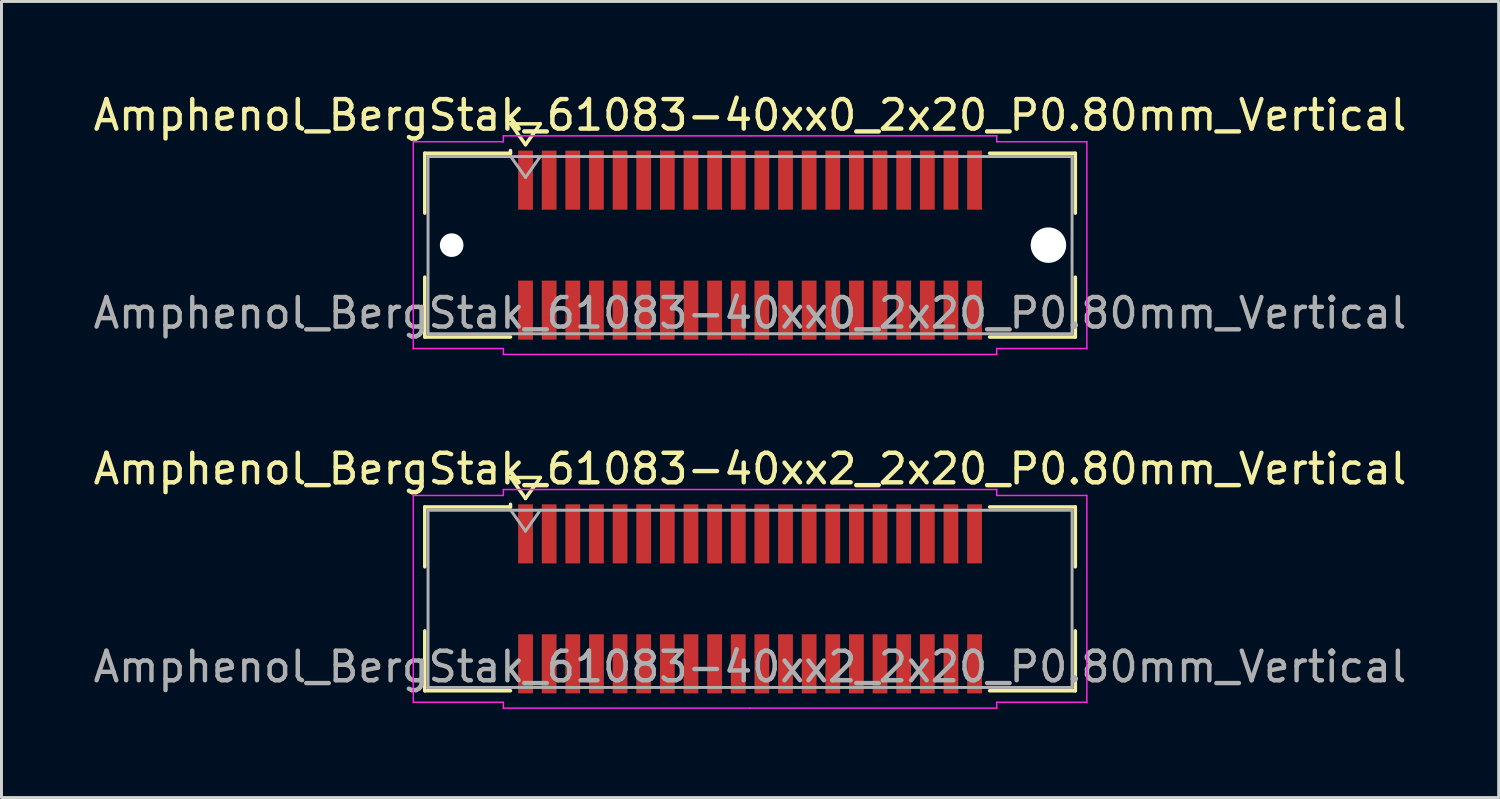
<source format=kicad_pcb>
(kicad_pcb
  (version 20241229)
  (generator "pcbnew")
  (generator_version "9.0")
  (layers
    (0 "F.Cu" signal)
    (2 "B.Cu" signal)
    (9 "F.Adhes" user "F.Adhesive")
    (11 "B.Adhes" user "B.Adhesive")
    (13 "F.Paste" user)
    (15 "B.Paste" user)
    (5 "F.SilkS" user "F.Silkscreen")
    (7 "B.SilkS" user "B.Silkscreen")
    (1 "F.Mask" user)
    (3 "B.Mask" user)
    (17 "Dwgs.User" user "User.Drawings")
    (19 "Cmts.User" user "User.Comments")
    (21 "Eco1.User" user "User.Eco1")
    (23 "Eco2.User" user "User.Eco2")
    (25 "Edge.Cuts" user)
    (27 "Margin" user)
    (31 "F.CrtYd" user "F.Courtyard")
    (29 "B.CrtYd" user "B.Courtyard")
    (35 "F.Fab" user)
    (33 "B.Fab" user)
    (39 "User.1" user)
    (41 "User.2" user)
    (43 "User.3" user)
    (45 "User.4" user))
  (footprint "Amphenol_BergStak_61083-40xx0_2x20_P0.80mm_Vertical"
    (layer "F.Cu")
    (at 22.339 5.248)
    (property "Reference" "Amphenol_BergStak_61083-40xx0_2x20_P0.80mm_Vertical" (at 0 -4.4 0) (layer "F.SilkS") (effects (font (size 1 1) (thickness 0.15))))
    (attr smd)
    (fp_line (start -11.01 -3.11) (end -8.11 -3.11) (stroke (width 0.12) (type solid)) (layer "F.SilkS"))
    (fp_line (start -11.01 -1.085) (end -11.01 -3.11) (stroke (width 0.12) (type solid)) (layer "F.SilkS"))
    (fp_line (start -11.01 1.085) (end -11.01 3.11) (stroke (width 0.12) (type solid)) (layer "F.SilkS"))
    (fp_line (start -11.01 3.11) (end -8.11 3.11) (stroke (width 0.12) (type solid)) (layer "F.SilkS"))
    (fp_line (start -8.11 -3.11) (end -8.11 -3.2) (stroke (width 0.12) (type solid)) (layer "F.SilkS"))
    (fp_line (start -8.1 -4.107) (end -7.6 -3.4) (stroke (width 0.12) (type solid)) (layer "F.SilkS"))
    (fp_line (start -7.6 -3.4) (end -7.1 -4.107) (stroke (width 0.12) (type solid)) (layer "F.SilkS"))
    (fp_line (start -7.1 -4.107) (end -8.1 -4.107) (stroke (width 0.12) (type solid)) (layer "F.SilkS"))
    (fp_line (start 11.01 -3.11) (end 8.11 -3.11) (stroke (width 0.12) (type solid)) (layer "F.SilkS"))
    (fp_line (start 11.01 -1.085) (end 11.01 -3.11) (stroke (width 0.12) (type solid)) (layer "F.SilkS"))
    (fp_line (start 11.01 1.085) (end 11.01 3.11) (stroke (width 0.12) (type solid)) (layer "F.SilkS"))
    (fp_line (start 11.01 3.11) (end 8.11 3.11) (stroke (width 0.12) (type solid)) (layer "F.SilkS"))
    (fp_line (start -11.4 -3.5) (end -11.4 3.5) (stroke (width 0.05) (type solid)) (layer "F.CrtYd"))
    (fp_line (start -11.4 3.5) (end -8.35 3.5) (stroke (width 0.05) (type solid)) (layer "F.CrtYd"))
    (fp_line (start -8.35 -3.7) (end -8.35 -3.5) (stroke (width 0.05) (type solid)) (layer "F.CrtYd"))
    (fp_line (start -8.35 -3.5) (end -11.4 -3.5) (stroke (width 0.05) (type solid)) (layer "F.CrtYd"))
    (fp_line (start -8.35 3.5) (end -8.35 3.7) (stroke (width 0.05) (type solid)) (layer "F.CrtYd"))
    (fp_line (start -8.35 3.7) (end 0 3.7) (stroke (width 0.05) (type solid)) (layer "F.CrtYd"))
    (fp_line (start 0 -3.7) (end -8.35 -3.7) (stroke (width 0.05) (type solid)) (layer "F.CrtYd"))
    (fp_line (start 0 -3.7) (end 8.35 -3.7) (stroke (width 0.05) (type solid)) (layer "F.CrtYd"))
    (fp_line (start 8.35 -3.7) (end 8.35 -3.5) (stroke (width 0.05) (type solid)) (layer "F.CrtYd"))
    (fp_line (start 8.35 -3.5) (end 11.4 -3.5) (stroke (width 0.05) (type solid)) (layer "F.CrtYd"))
    (fp_line (start 8.35 3.5) (end 8.35 3.7) (stroke (width 0.05) (type solid)) (layer "F.CrtYd"))
    (fp_line (start 8.35 3.7) (end 0 3.7) (stroke (width 0.05) (type solid)) (layer "F.CrtYd"))
    (fp_line (start 11.4 -3.5) (end 11.4 3.5) (stroke (width 0.05) (type solid)) (layer "F.CrtYd"))
    (fp_line (start 11.4 3.5) (end 8.35 3.5) (stroke (width 0.05) (type solid)) (layer "F.CrtYd"))
    (fp_line (start -10.9 -3) (end -10.9 3) (stroke (width 0.1) (type solid)) (layer "F.Fab"))
    (fp_line (start -10.9 3) (end 10.9 3) (stroke (width 0.1) (type solid)) (layer "F.Fab"))
    (fp_line (start -8.1 -3) (end -7.6 -2.293) (stroke (width 0.1) (type solid)) (layer "F.Fab"))
    (fp_line (start -7.6 -2.293) (end -7.1 -3) (stroke (width 0.1) (type solid)) (layer "F.Fab"))
    (fp_line (start 10.9 -3) (end -10.9 -3) (stroke (width 0.1) (type solid)) (layer "F.Fab"))
    (fp_line (start 10.9 3) (end 10.9 -3) (stroke (width 0.1) (type solid)) (layer "F.Fab"))
    (fp_text user "${REFERENCE}" (at 0 2.3 0) (layer "F.Fab") (effects (font (size 1 1) (thickness 0.15))))
    (pad "" np_thru_hole circle (at -10.1 0) (size 0.8 0.8) (drill 0.8) (layers "*.Cu" "*.Mask"))
    (pad "" np_thru_hole circle (at 10.1 0) (size 1.2 1.2) (drill 1.2) (layers "*.Cu" "*.Mask"))
    (pad "1" smd rect (at -7.6 -2.2) (size 0.5 2) (layers "F.Cu" "F.Mask" "F.Paste"))
    (pad "2" smd rect (at -7.6 2.2) (size 0.5 2) (layers "F.Cu" "F.Mask" "F.Paste"))
    (pad "3" smd rect (at -6.8 -2.2) (size 0.5 2) (layers "F.Cu" "F.Mask" "F.Paste"))
    (pad "4" smd rect (at -6.8 2.2) (size 0.5 2) (layers "F.Cu" "F.Mask" "F.Paste"))
    (pad "5" smd rect (at -6 -2.2) (size 0.5 2) (layers "F.Cu" "F.Mask" "F.Paste"))
    (pad "6" smd rect (at -6 2.2) (size 0.5 2) (layers "F.Cu" "F.Mask" "F.Paste"))
    (pad "7" smd rect (at -5.2 -2.2) (size 0.5 2) (layers "F.Cu" "F.Mask" "F.Paste"))
    (pad "8" smd rect (at -5.2 2.2) (size 0.5 2) (layers "F.Cu" "F.Mask" "F.Paste"))
    (pad "9" smd rect (at -4.4 -2.2) (size 0.5 2) (layers "F.Cu" "F.Mask" "F.Paste"))
    (pad "10" smd rect (at -4.4 2.2) (size 0.5 2) (layers "F.Cu" "F.Mask" "F.Paste"))
    (pad "11" smd rect (at -3.6 -2.2) (size 0.5 2) (layers "F.Cu" "F.Mask" "F.Paste"))
    (pad "12" smd rect (at -3.6 2.2) (size 0.5 2) (layers "F.Cu" "F.Mask" "F.Paste"))
    (pad "13" smd rect (at -2.8 -2.2) (size 0.5 2) (layers "F.Cu" "F.Mask" "F.Paste"))
    (pad "14" smd rect (at -2.8 2.2) (size 0.5 2) (layers "F.Cu" "F.Mask" "F.Paste"))
    (pad "15" smd rect (at -2 -2.2) (size 0.5 2) (layers "F.Cu" "F.Mask" "F.Paste"))
    (pad "16" smd rect (at -2 2.2) (size 0.5 2) (layers "F.Cu" "F.Mask" "F.Paste"))
    (pad "17" smd rect (at -1.2 -2.2) (size 0.5 2) (layers "F.Cu" "F.Mask" "F.Paste"))
    (pad "18" smd rect (at -1.2 2.2) (size 0.5 2) (layers "F.Cu" "F.Mask" "F.Paste"))
    (pad "19" smd rect (at -0.4 -2.2) (size 0.5 2) (layers "F.Cu" "F.Mask" "F.Paste"))
    (pad "20" smd rect (at -0.4 2.2) (size 0.5 2) (layers "F.Cu" "F.Mask" "F.Paste"))
    (pad "21" smd rect (at 0.4 -2.2) (size 0.5 2) (layers "F.Cu" "F.Mask" "F.Paste"))
    (pad "22" smd rect (at 0.4 2.2) (size 0.5 2) (layers "F.Cu" "F.Mask" "F.Paste"))
    (pad "23" smd rect (at 1.2 -2.2) (size 0.5 2) (layers "F.Cu" "F.Mask" "F.Paste"))
    (pad "24" smd rect (at 1.2 2.2) (size 0.5 2) (layers "F.Cu" "F.Mask" "F.Paste"))
    (pad "25" smd rect (at 2 -2.2) (size 0.5 2) (layers "F.Cu" "F.Mask" "F.Paste"))
    (pad "26" smd rect (at 2 2.2) (size 0.5 2) (layers "F.Cu" "F.Mask" "F.Paste"))
    (pad "27" smd rect (at 2.8 -2.2) (size 0.5 2) (layers "F.Cu" "F.Mask" "F.Paste"))
    (pad "28" smd rect (at 2.8 2.2) (size 0.5 2) (layers "F.Cu" "F.Mask" "F.Paste"))
    (pad "29" smd rect (at 3.6 -2.2) (size 0.5 2) (layers "F.Cu" "F.Mask" "F.Paste"))
    (pad "30" smd rect (at 3.6 2.2) (size 0.5 2) (layers "F.Cu" "F.Mask" "F.Paste"))
    (pad "31" smd rect (at 4.4 -2.2) (size 0.5 2) (layers "F.Cu" "F.Mask" "F.Paste"))
    (pad "32" smd rect (at 4.4 2.2) (size 0.5 2) (layers "F.Cu" "F.Mask" "F.Paste"))
    (pad "33" smd rect (at 5.2 -2.2) (size 0.5 2) (layers "F.Cu" "F.Mask" "F.Paste"))
    (pad "34" smd rect (at 5.2 2.2) (size 0.5 2) (layers "F.Cu" "F.Mask" "F.Paste"))
    (pad "35" smd rect (at 6 -2.2) (size 0.5 2) (layers "F.Cu" "F.Mask" "F.Paste"))
    (pad "36" smd rect (at 6 2.2) (size 0.5 2) (layers "F.Cu" "F.Mask" "F.Paste"))
    (pad "37" smd rect (at 6.8 -2.2) (size 0.5 2) (layers "F.Cu" "F.Mask" "F.Paste"))
    (pad "38" smd rect (at 6.8 2.2) (size 0.5 2) (layers "F.Cu" "F.Mask" "F.Paste"))
    (pad "39" smd rect (at 7.6 -2.2) (size 0.5 2) (layers "F.Cu" "F.Mask" "F.Paste"))
    (pad "40" smd rect (at 7.6 2.2) (size 0.5 2) (layers "F.Cu" "F.Mask" "F.Paste")))
  (footprint "Amphenol_BergStak_61083-40xx2_2x20_P0.80mm_Vertical"
    (layer "F.Cu")
    (at 22.339 17.221)
    (property "Reference" "Amphenol_BergStak_61083-40xx2_2x20_P0.80mm_Vertical" (at 0 -4.4 0) (layer "F.SilkS") (effects (font (size 1 1) (thickness 0.15))))
    (attr smd)
    (fp_line (start -11.01 -3.11) (end -8.11 -3.11) (stroke (width 0.12) (type solid)) (layer "F.SilkS"))
    (fp_line (start -11.01 -1.085) (end -11.01 -3.11) (stroke (width 0.12) (type solid)) (layer "F.SilkS"))
    (fp_line (start -11.01 1.085) (end -11.01 3.11) (stroke (width 0.12) (type solid)) (layer "F.SilkS"))
    (fp_line (start -11.01 3.11) (end -8.11 3.11) (stroke (width 0.12) (type solid)) (layer "F.SilkS"))
    (fp_line (start -8.11 -3.11) (end -8.11 -3.2) (stroke (width 0.12) (type solid)) (layer "F.SilkS"))
    (fp_line (start -8.1 -4.107) (end -7.6 -3.4) (stroke (width 0.12) (type solid)) (layer "F.SilkS"))
    (fp_line (start -7.6 -3.4) (end -7.1 -4.107) (stroke (width 0.12) (type solid)) (layer "F.SilkS"))
    (fp_line (start -7.1 -4.107) (end -8.1 -4.107) (stroke (width 0.12) (type solid)) (layer "F.SilkS"))
    (fp_line (start 11.01 -3.11) (end 8.11 -3.11) (stroke (width 0.12) (type solid)) (layer "F.SilkS"))
    (fp_line (start 11.01 -1.085) (end 11.01 -3.11) (stroke (width 0.12) (type solid)) (layer "F.SilkS"))
    (fp_line (start 11.01 1.085) (end 11.01 3.11) (stroke (width 0.12) (type solid)) (layer "F.SilkS"))
    (fp_line (start 11.01 3.11) (end 8.11 3.11) (stroke (width 0.12) (type solid)) (layer "F.SilkS"))
    (fp_line (start -11.4 -3.5) (end -11.4 3.5) (stroke (width 0.05) (type solid)) (layer "F.CrtYd"))
    (fp_line (start -11.4 3.5) (end -8.35 3.5) (stroke (width 0.05) (type solid)) (layer "F.CrtYd"))
    (fp_line (start -8.35 -3.7) (end -8.35 -3.5) (stroke (width 0.05) (type solid)) (layer "F.CrtYd"))
    (fp_line (start -8.35 -3.5) (end -11.4 -3.5) (stroke (width 0.05) (type solid)) (layer "F.CrtYd"))
    (fp_line (start -8.35 3.5) (end -8.35 3.7) (stroke (width 0.05) (type solid)) (layer "F.CrtYd"))
    (fp_line (start -8.35 3.7) (end 0 3.7) (stroke (width 0.05) (type solid)) (layer "F.CrtYd"))
    (fp_line (start 0 -3.7) (end -8.35 -3.7) (stroke (width 0.05) (type solid)) (layer "F.CrtYd"))
    (fp_line (start 0 -3.7) (end 8.35 -3.7) (stroke (width 0.05) (type solid)) (layer "F.CrtYd"))
    (fp_line (start 8.35 -3.7) (end 8.35 -3.5) (stroke (width 0.05) (type solid)) (layer "F.CrtYd"))
    (fp_line (start 8.35 -3.5) (end 11.4 -3.5) (stroke (width 0.05) (type solid)) (layer "F.CrtYd"))
    (fp_line (start 8.35 3.5) (end 8.35 3.7) (stroke (width 0.05) (type solid)) (layer "F.CrtYd"))
    (fp_line (start 8.35 3.7) (end 0 3.7) (stroke (width 0.05) (type solid)) (layer "F.CrtYd"))
    (fp_line (start 11.4 -3.5) (end 11.4 3.5) (stroke (width 0.05) (type solid)) (layer "F.CrtYd"))
    (fp_line (start 11.4 3.5) (end 8.35 3.5) (stroke (width 0.05) (type solid)) (layer "F.CrtYd"))
    (fp_line (start -10.9 -3) (end -10.9 3) (stroke (width 0.1) (type solid)) (layer "F.Fab"))
    (fp_line (start -10.9 3) (end 10.9 3) (stroke (width 0.1) (type solid)) (layer "F.Fab"))
    (fp_line (start -8.1 -3) (end -7.6 -2.293) (stroke (width 0.1) (type solid)) (layer "F.Fab"))
    (fp_line (start -7.6 -2.293) (end -7.1 -3) (stroke (width 0.1) (type solid)) (layer "F.Fab"))
    (fp_line (start 10.9 -3) (end -10.9 -3) (stroke (width 0.1) (type solid)) (layer "F.Fab"))
    (fp_line (start 10.9 3) (end 10.9 -3) (stroke (width 0.1) (type solid)) (layer "F.Fab"))
    (fp_text user "${REFERENCE}" (at 0 2.3 0) (layer "F.Fab") (effects (font (size 1 1) (thickness 0.15))))
    (pad "1" smd rect (at -7.6 -2.2) (size 0.5 2) (layers "F.Cu" "F.Mask" "F.Paste"))
    (pad "2" smd rect (at -7.6 2.2) (size 0.5 2) (layers "F.Cu" "F.Mask" "F.Paste"))
    (pad "3" smd rect (at -6.8 -2.2) (size 0.5 2) (layers "F.Cu" "F.Mask" "F.Paste"))
    (pad "4" smd rect (at -6.8 2.2) (size 0.5 2) (layers "F.Cu" "F.Mask" "F.Paste"))
    (pad "5" smd rect (at -6 -2.2) (size 0.5 2) (layers "F.Cu" "F.Mask" "F.Paste"))
    (pad "6" smd rect (at -6 2.2) (size 0.5 2) (layers "F.Cu" "F.Mask" "F.Paste"))
    (pad "7" smd rect (at -5.2 -2.2) (size 0.5 2) (layers "F.Cu" "F.Mask" "F.Paste"))
    (pad "8" smd rect (at -5.2 2.2) (size 0.5 2) (layers "F.Cu" "F.Mask" "F.Paste"))
    (pad "9" smd rect (at -4.4 -2.2) (size 0.5 2) (layers "F.Cu" "F.Mask" "F.Paste"))
    (pad "10" smd rect (at -4.4 2.2) (size 0.5 2) (layers "F.Cu" "F.Mask" "F.Paste"))
    (pad "11" smd rect (at -3.6 -2.2) (size 0.5 2) (layers "F.Cu" "F.Mask" "F.Paste"))
    (pad "12" smd rect (at -3.6 2.2) (size 0.5 2) (layers "F.Cu" "F.Mask" "F.Paste"))
    (pad "13" smd rect (at -2.8 -2.2) (size 0.5 2) (layers "F.Cu" "F.Mask" "F.Paste"))
    (pad "14" smd rect (at -2.8 2.2) (size 0.5 2) (layers "F.Cu" "F.Mask" "F.Paste"))
    (pad "15" smd rect (at -2 -2.2) (size 0.5 2) (layers "F.Cu" "F.Mask" "F.Paste"))
    (pad "16" smd rect (at -2 2.2) (size 0.5 2) (layers "F.Cu" "F.Mask" "F.Paste"))
    (pad "17" smd rect (at -1.2 -2.2) (size 0.5 2) (layers "F.Cu" "F.Mask" "F.Paste"))
    (pad "18" smd rect (at -1.2 2.2) (size 0.5 2) (layers "F.Cu" "F.Mask" "F.Paste"))
    (pad "19" smd rect (at -0.4 -2.2) (size 0.5 2) (layers "F.Cu" "F.Mask" "F.Paste"))
    (pad "20" smd rect (at -0.4 2.2) (size 0.5 2) (layers "F.Cu" "F.Mask" "F.Paste"))
    (pad "21" smd rect (at 0.4 -2.2) (size 0.5 2) (layers "F.Cu" "F.Mask" "F.Paste"))
    (pad "22" smd rect (at 0.4 2.2) (size 0.5 2) (layers "F.Cu" "F.Mask" "F.Paste"))
    (pad "23" smd rect (at 1.2 -2.2) (size 0.5 2) (layers "F.Cu" "F.Mask" "F.Paste"))
    (pad "24" smd rect (at 1.2 2.2) (size 0.5 2) (layers "F.Cu" "F.Mask" "F.Paste"))
    (pad "25" smd rect (at 2 -2.2) (size 0.5 2) (layers "F.Cu" "F.Mask" "F.Paste"))
    (pad "26" smd rect (at 2 2.2) (size 0.5 2) (layers "F.Cu" "F.Mask" "F.Paste"))
    (pad "27" smd rect (at 2.8 -2.2) (size 0.5 2) (layers "F.Cu" "F.Mask" "F.Paste"))
    (pad "28" smd rect (at 2.8 2.2) (size 0.5 2) (layers "F.Cu" "F.Mask" "F.Paste"))
    (pad "29" smd rect (at 3.6 -2.2) (size 0.5 2) (layers "F.Cu" "F.Mask" "F.Paste"))
    (pad "30" smd rect (at 3.6 2.2) (size 0.5 2) (layers "F.Cu" "F.Mask" "F.Paste"))
    (pad "31" smd rect (at 4.4 -2.2) (size 0.5 2) (layers "F.Cu" "F.Mask" "F.Paste"))
    (pad "32" smd rect (at 4.4 2.2) (size 0.5 2) (layers "F.Cu" "F.Mask" "F.Paste"))
    (pad "33" smd rect (at 5.2 -2.2) (size 0.5 2) (layers "F.Cu" "F.Mask" "F.Paste"))
    (pad "34" smd rect (at 5.2 2.2) (size 0.5 2) (layers "F.Cu" "F.Mask" "F.Paste"))
    (pad "35" smd rect (at 6 -2.2) (size 0.5 2) (layers "F.Cu" "F.Mask" "F.Paste"))
    (pad "36" smd rect (at 6 2.2) (size 0.5 2) (layers "F.Cu" "F.Mask" "F.Paste"))
    (pad "37" smd rect (at 6.8 -2.2) (size 0.5 2) (layers "F.Cu" "F.Mask" "F.Paste"))
    (pad "38" smd rect (at 6.8 2.2) (size 0.5 2) (layers "F.Cu" "F.Mask" "F.Paste"))
    (pad "39" smd rect (at 7.6 -2.2) (size 0.5 2) (layers "F.Cu" "F.Mask" "F.Paste"))
    (pad "40" smd rect (at 7.6 2.2) (size 0.5 2) (layers "F.Cu" "F.Mask" "F.Paste")))
  (gr_rect
    (start -3 -3)
    (end 47.679 23.947)
    (stroke (width 0.1) (type default))
    (fill no)
    (layer "Edge.Cuts")))
</source>
